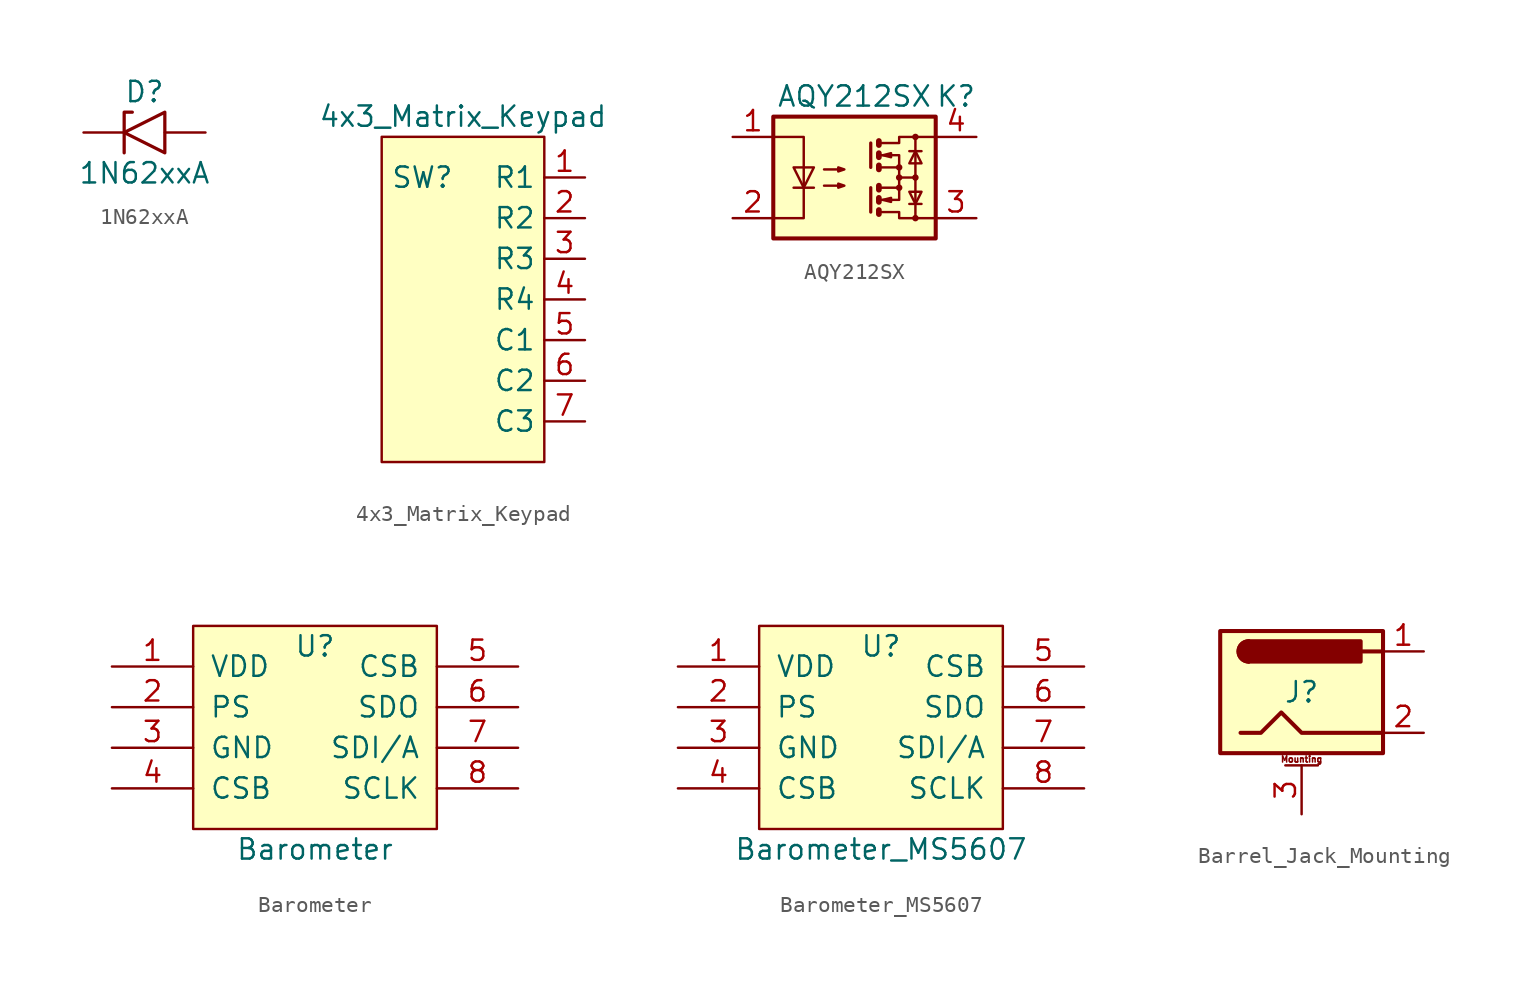
<source format=kicad_sym>
(kicad_symbol_lib
  (version 20211014)
  (generator kicad_symbol_editor)
  (symbol "1N62xxA"
    (pin_numbers hide)
    (pin_names
      (offset 1.016) hide)
    (property "Reference" "D"
      (at 0 2.54 0)
      (effects (font (size 1.27 1.27))))
    (property "Value" "1N62xxA"
      (at 0 -2.54 0)
      (effects (font (size 1.27 1.27))))
    (symbol "1N62xxA_0_1"
      (polyline (pts (xy -0.762 1.27) (xy -1.27 1.27) (xy -1.27 -1.27)) (stroke (width 0.203) (type default) (color 0 0 0 0)) (fill (type none)))
      (polyline (pts (xy 1.27 1.27) (xy 1.27 -1.27) (xy -1.27 0) (xy 1.27 1.27)) (stroke (width 0.203) (type default) (color 0 0 0 0)) (fill (type none))))
    (symbol "1N62xxA_1_1"
      (pin passive line (at -3.81 0 0) (length 2.54) (name "A1" (effects (font (size 1.27 1.27)))) (number "1" (effects (font (size 1.27 1.27)))))
      (pin passive line (at 3.81 0 180) (length 2.54) (name "A2" (effects (font (size 1.27 1.27)))) (number "2" (effects (font (size 1.27 1.27)))))))
  (symbol "4x3_Matrix_Keypad"
    (property "Reference" "SW"
      (at -3.81 -2.54 0)
      (effects (font (size 1.27 1.27))))
    (property "Value" "4x3_Matrix_Keypad"
      (at -1.27 1.27 0)
      (effects (font (size 1.27 1.27))))
    (symbol "4x3_Matrix_Keypad_0_1"
      (rectangle (start 3.81 0) (end -6.35 -20.32) (stroke (width 0) (type default) (color 0 0 0 0)) (fill (type background))))
    (symbol "4x3_Matrix_Keypad_1_1"
      (pin input line (at 6.35 -2.54 180) (length 2.54) (name "R1" (effects (font (size 1.27 1.27)))) (number "1" (effects (font (size 1.27 1.27)))))
      (pin input line (at 6.35 -5.08 180) (length 2.54) (name "R2" (effects (font (size 1.27 1.27)))) (number "2" (effects (font (size 1.27 1.27)))))
      (pin input line (at 6.35 -7.62 180) (length 2.54) (name "R3" (effects (font (size 1.27 1.27)))) (number "3" (effects (font (size 1.27 1.27)))))
      (pin input line (at 6.35 -10.16 180) (length 2.54) (name "R4" (effects (font (size 1.27 1.27)))) (number "4" (effects (font (size 1.27 1.27)))))
      (pin input line (at 6.35 -12.7 180) (length 2.54) (name "C1" (effects (font (size 1.27 1.27)))) (number "5" (effects (font (size 1.27 1.27)))))
      (pin input line (at 6.35 -15.24 180) (length 2.54) (name "C2" (effects (font (size 1.27 1.27)))) (number "6" (effects (font (size 1.27 1.27)))))
      (pin input line (at 6.35 -17.78 180) (length 2.54) (name "C3" (effects (font (size 1.27 1.27)))) (number "7" (effects (font (size 1.27 1.27)))))))
  (symbol "AQY212SX"
    (pin_names
      (offset 1.016))
    (property "Reference" "K"
      (at 6.35 5.08 0)
      (effects (font (size 1.27 1.27))))
    (property "Value" "AQY212SX"
      (at 0 5.08 0)
      (effects (font (size 1.27 1.27))))
    (symbol "AQY212SX_1_1"
      (rectangle (start -5.08 3.81) (end 5.08 -3.81) (stroke (width 0.254) (type default) (color 0 0 0 0)) (fill (type background)))
      (polyline (pts (xy -3.81 -0.635) (xy -2.54 -0.635)) (stroke (width 0) (type default) (color 0 0 0 0)) (fill (type none)))
      (polyline (pts (xy 1.016 -0.635) (xy 1.016 -2.159)) (stroke (width 0.203) (type default) (color 0 0 0 0)) (fill (type none)))
      (polyline (pts (xy 1.016 2.159) (xy 1.016 0.635)) (stroke (width 0.203) (type default) (color 0 0 0 0)) (fill (type none)))
      (polyline (pts (xy 1.524 -0.508) (xy 1.524 -0.762)) (stroke (width 0.356) (type default) (color 0 0 0 0)) (fill (type none)))
      (polyline (pts (xy 2.794 0) (xy 3.81 0)) (stroke (width 0) (type default) (color 0 0 0 0)) (fill (type none)))
      (polyline (pts (xy 3.429 -1.651) (xy 4.191 -1.651)) (stroke (width 0) (type default) (color 0 0 0 0)) (fill (type none)))
      (polyline (pts (xy 3.429 1.651) (xy 4.191 1.651)) (stroke (width 0) (type default) (color 0 0 0 0)) (fill (type none)))
      (polyline (pts (xy 3.81 -2.54) (xy 3.81 2.54)) (stroke (width 0) (type default) (color 0 0 0 0)) (fill (type none)))
      (polyline (pts (xy 1.524 -2.032) (xy 1.524 -2.286) (xy 1.524 -2.286)) (stroke (width 0.356) (type default) (color 0 0 0 0)) (fill (type none)))
      (polyline (pts (xy 1.524 -1.27) (xy 1.524 -1.524) (xy 1.524 -1.524)) (stroke (width 0.356) (type default) (color 0 0 0 0)) (fill (type none)))
      (polyline (pts (xy 1.524 0.762) (xy 1.524 0.508) (xy 1.524 0.508)) (stroke (width 0.356) (type default) (color 0 0 0 0)) (fill (type none)))
      (polyline (pts (xy 1.524 1.524) (xy 1.524 1.27) (xy 1.524 1.27)) (stroke (width 0.356) (type default) (color 0 0 0 0)) (fill (type none)))
      (polyline (pts (xy 1.524 2.286) (xy 1.524 2.032) (xy 1.524 2.032)) (stroke (width 0.356) (type default) (color 0 0 0 0)) (fill (type none)))
      (polyline (pts (xy 1.651 -1.397) (xy 2.794 -1.397) (xy 2.794 -0.635)) (stroke (width 0) (type default) (color 0 0 0 0)) (fill (type none)))
      (polyline (pts (xy 1.651 1.397) (xy 2.794 1.397) (xy 2.794 0.635)) (stroke (width 0) (type default) (color 0 0 0 0)) (fill (type none)))
      (polyline (pts (xy -5.08 2.54) (xy -3.175 2.54) (xy -3.175 -2.54) (xy -5.08 -2.54)) (stroke (width 0) (type default) (color 0 0 0 0)) (fill (type none)))
      (polyline (pts (xy -3.175 -0.635) (xy -3.81 0.635) (xy -2.54 0.635) (xy -3.175 -0.635)) (stroke (width 0) (type default) (color 0 0 0 0)) (fill (type none)))
      (polyline (pts (xy 1.651 -2.159) (xy 2.794 -2.159) (xy 2.794 -2.54) (xy 5.08 -2.54)) (stroke (width 0) (type default) (color 0 0 0 0)) (fill (type none)))
      (polyline (pts (xy 1.651 -0.635) (xy 2.794 -0.635) (xy 2.794 0.635) (xy 1.651 0.635)) (stroke (width 0) (type default) (color 0 0 0 0)) (fill (type none)))
      (polyline (pts (xy 1.651 2.159) (xy 2.794 2.159) (xy 2.794 2.54) (xy 5.08 2.54)) (stroke (width 0) (type default) (color 0 0 0 0)) (fill (type none)))
      (polyline (pts (xy 1.778 -1.397) (xy 2.286 -1.27) (xy 2.286 -1.524) (xy 1.778 -1.397)) (stroke (width 0) (type default) (color 0 0 0 0)) (fill (type none)))
      (polyline (pts (xy 1.778 1.397) (xy 2.286 1.524) (xy 2.286 1.27) (xy 1.778 1.397)) (stroke (width 0) (type default) (color 0 0 0 0)) (fill (type none)))
      (polyline (pts (xy 3.81 -1.651) (xy 3.429 -0.889) (xy 4.191 -0.889) (xy 3.81 -1.651)) (stroke (width 0) (type default) (color 0 0 0 0)) (fill (type none)))
      (polyline (pts (xy 3.81 1.651) (xy 3.429 0.889) (xy 4.191 0.889) (xy 3.81 1.651)) (stroke (width 0) (type default) (color 0 0 0 0)) (fill (type none)))
      (polyline (pts (xy -1.905 -0.508) (xy -0.635 -0.508) (xy -1.016 -0.635) (xy -1.016 -0.381) (xy -0.635 -0.508)) (stroke (width 0) (type default) (color 0 0 0 0)) (fill (type none)))
      (polyline (pts (xy -1.905 0.508) (xy -0.635 0.508) (xy -1.016 0.381) (xy -1.016 0.635) (xy -0.635 0.508)) (stroke (width 0) (type default) (color 0 0 0 0)) (fill (type none)))
      (circle (center 2.794 -0.635) (radius 0.127) (stroke (width 0) (type default) (color 0 0 0 0)) (fill (type none)))
      (circle (center 2.794 0) (radius 0.127) (stroke (width 0) (type default) (color 0 0 0 0)) (fill (type none)))
      (circle (center 2.794 0.635) (radius 0.127) (stroke (width 0) (type default) (color 0 0 0 0)) (fill (type none)))
      (circle (center 3.81 -2.54) (radius 0.127) (stroke (width 0) (type default) (color 0 0 0 0)) (fill (type none)))
      (circle (center 3.81 0) (radius 0.127) (stroke (width 0) (type default) (color 0 0 0 0)) (fill (type none)))
      (circle (center 3.81 2.54) (radius 0.127) (stroke (width 0) (type default) (color 0 0 0 0)) (fill (type none)))
      (pin passive line (at -7.62 2.54 0) (length 2.54) (name "~" (effects (font (size 1.27 1.27)))) (number "1" (effects (font (size 1.27 1.27)))))
      (pin passive line (at -7.62 -2.54 0) (length 2.54) (name "~" (effects (font (size 1.27 1.27)))) (number "2" (effects (font (size 1.27 1.27)))))
      (pin passive line (at 7.62 -2.54 180) (length 2.54) (name "~" (effects (font (size 1.27 1.27)))) (number "3" (effects (font (size 1.27 1.27)))))
      (pin passive line (at 7.62 2.54 180) (length 2.54) (name "~" (effects (font (size 1.27 1.27)))) (number "4" (effects (font (size 1.27 1.27)))))))
  (symbol "Barometer"
    (pin_names
      (offset 1.016))
    (property "Reference" "U"
      (at 2.54 1.27 0)
      (effects (font (size 1.27 1.27))))
    (property "Value" "Barometer"
      (at 2.54 -11.43 0)
      (effects (font (size 1.27 1.27))))
    (symbol "Barometer_0_1"
      (rectangle (start -5.08 2.54) (end 10.16 -10.16) (stroke (width 0) (type default) (color 0 0 0 0)) (fill (type background))))
    (symbol "Barometer_1_1"
      (pin input line (at -10.16 0 0) (length 5.08) (name "VDD" (effects (font (size 1.27 1.27)))) (number "1" (effects (font (size 1.27 1.27)))))
      (pin input line (at -10.16 -2.54 0) (length 5.08) (name "PS" (effects (font (size 1.27 1.27)))) (number "2" (effects (font (size 1.27 1.27)))))
      (pin input line (at -10.16 -5.08 0) (length 5.08) (name "GND" (effects (font (size 1.27 1.27)))) (number "3" (effects (font (size 1.27 1.27)))))
      (pin input line (at -10.16 -7.62 0) (length 5.08) (name "CSB" (effects (font (size 1.27 1.27)))) (number "4" (effects (font (size 1.27 1.27)))))
      (pin input line (at 15.24 0 180) (length 5.08) (name "CSB" (effects (font (size 1.27 1.27)))) (number "5" (effects (font (size 1.27 1.27)))))
      (pin input line (at 15.24 -2.54 180) (length 5.08) (name "SDO" (effects (font (size 1.27 1.27)))) (number "6" (effects (font (size 1.27 1.27)))))
      (pin input line (at 15.24 -5.08 180) (length 5.08) (name "SDI/A" (effects (font (size 1.27 1.27)))) (number "7" (effects (font (size 1.27 1.27)))))
      (pin input line (at 15.24 -7.62 180) (length 5.08) (name "SCLK" (effects (font (size 1.27 1.27)))) (number "8" (effects (font (size 1.27 1.27)))))))
  (symbol "Barometer_MS5607"
    (pin_names
      (offset 1.016))
    (property "Reference" "U"
      (at 2.54 1.27 0)
      (effects (font (size 1.27 1.27))))
    (property "Value" "Barometer_MS5607"
      (at 2.54 -11.43 0)
      (effects (font (size 1.27 1.27))))
    (symbol "Barometer_MS5607_0_1"
      (rectangle (start -5.08 2.54) (end 10.16 -10.16) (stroke (width 0) (type default) (color 0 0 0 0)) (fill (type background))))
    (symbol "Barometer_MS5607_1_1"
      (pin input line (at -10.16 0 0) (length 5.08) (name "VDD" (effects (font (size 1.27 1.27)))) (number "1" (effects (font (size 1.27 1.27)))))
      (pin input line (at -10.16 -2.54 0) (length 5.08) (name "PS" (effects (font (size 1.27 1.27)))) (number "2" (effects (font (size 1.27 1.27)))))
      (pin input line (at -10.16 -5.08 0) (length 5.08) (name "GND" (effects (font (size 1.27 1.27)))) (number "3" (effects (font (size 1.27 1.27)))))
      (pin input line (at -10.16 -7.62 0) (length 5.08) (name "CSB" (effects (font (size 1.27 1.27)))) (number "4" (effects (font (size 1.27 1.27)))))
      (pin input line (at 15.24 0 180) (length 5.08) (name "CSB" (effects (font (size 1.27 1.27)))) (number "5" (effects (font (size 1.27 1.27)))))
      (pin input line (at 15.24 -2.54 180) (length 5.08) (name "SDO" (effects (font (size 1.27 1.27)))) (number "6" (effects (font (size 1.27 1.27)))))
      (pin input line (at 15.24 -5.08 180) (length 5.08) (name "SDI/A" (effects (font (size 1.27 1.27)))) (number "7" (effects (font (size 1.27 1.27)))))
      (pin input line (at 15.24 -7.62 180) (length 5.08) (name "SCLK" (effects (font (size 1.27 1.27)))) (number "8" (effects (font (size 1.27 1.27)))))))
  (symbol "Barrel_Jack_Mounting"
    (pin_names hide)
    (property "Reference" "J"
      (at 0 0 0)
      (effects (font (size 1.27 1.27))))
    (symbol "Barrel_Jack_Mounting_0_1"
      (rectangle (start -5.08 3.81) (end 5.08 -3.81) (stroke (width 0.254) (type default) (color 0 0 0 0)) (fill (type background)))
      (arc (start -3.302 3.175) (mid -3.937 2.54) (end -3.302 1.905) (stroke (width 0.254) (type default) (color 0 0 0 0)) (fill (type none)))
      (arc (start -3.302 3.175) (mid -3.937 2.54) (end -3.302 1.905) (stroke (width 0.254) (type default) (color 0 0 0 0)) (fill (type outline)))
      (polyline (pts (xy 5.08 2.54) (xy 3.81 2.54)) (stroke (width 0.254) (type default) (color 0 0 0 0)) (fill (type none)))
      (polyline (pts (xy -3.81 -2.54) (xy -2.54 -2.54) (xy -1.27 -1.27) (xy 0 -2.54) (xy 2.54 -2.54) (xy 5.08 -2.54)) (stroke (width 0.254) (type default) (color 0 0 0 0)) (fill (type none)))
      (rectangle (start 3.683 3.175) (end -3.302 1.905) (stroke (width 0.254) (type default) (color 0 0 0 0)) (fill (type outline))))
    (symbol "Barrel_Jack_Mounting_1_1"
      (polyline (pts (xy -1.016 -4.572) (xy 1.016 -4.572)) (stroke (width 0.152) (type default) (color 0 0 0 0)) (fill (type none)))
      (text "Mounting" (at 0 -4.191 0) (effects (font (size 0.381 0.381))))
      (pin passive line (at 7.62 2.54 180) (length 2.54) (name "~" (effects (font (size 1.27 1.27)))) (number "1" (effects (font (size 1.27 1.27)))))
      (pin passive line (at 7.62 -2.54 180) (length 2.54) (name "~" (effects (font (size 1.27 1.27)))) (number "2" (effects (font (size 1.27 1.27)))))
      (pin passive line (at 0 -7.62 90) (length 3.048) (name "MountPin" (effects (font (size 1.27 1.27)))) (number "3" (effects (font (size 1.27 1.27))))))))
</source>
